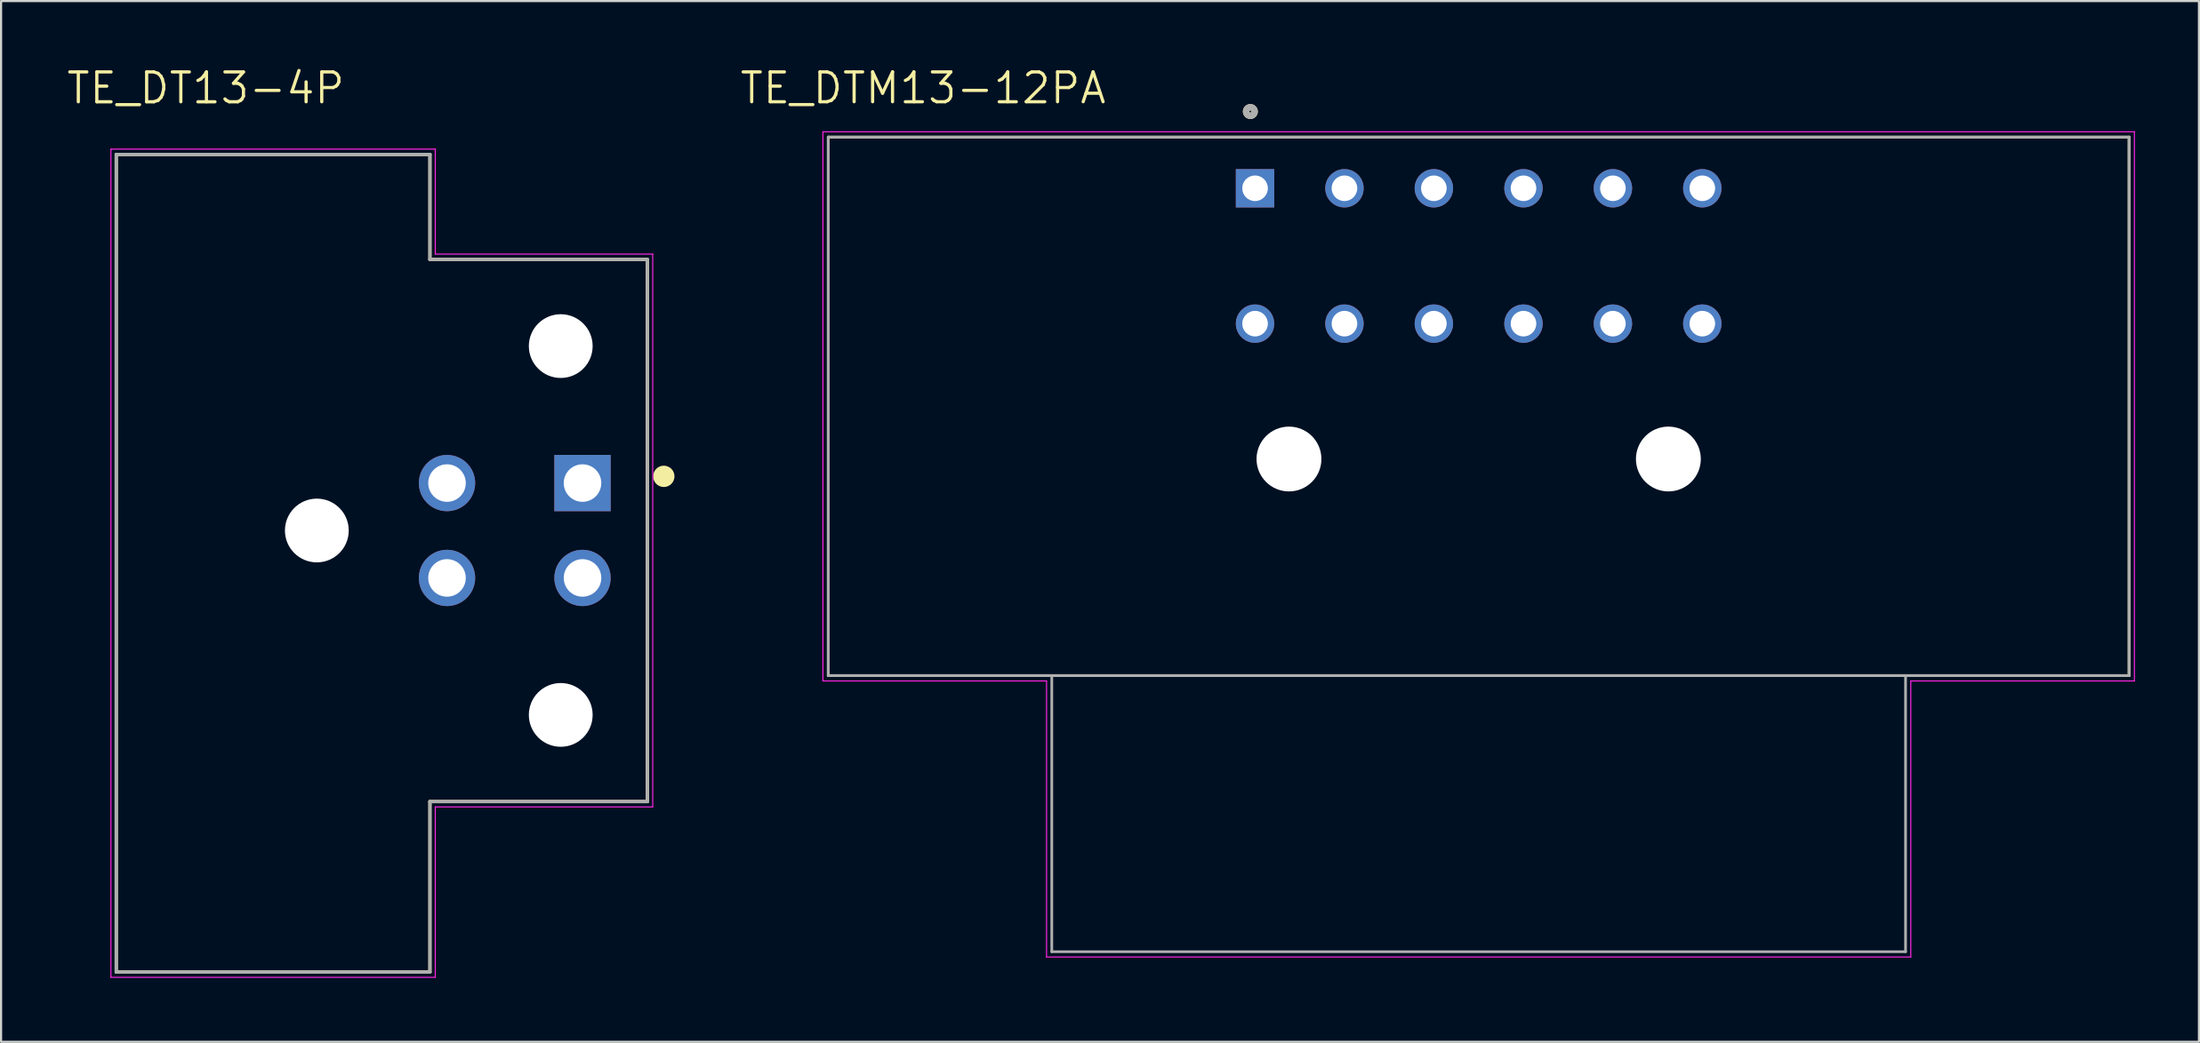
<source format=kicad_pcb>
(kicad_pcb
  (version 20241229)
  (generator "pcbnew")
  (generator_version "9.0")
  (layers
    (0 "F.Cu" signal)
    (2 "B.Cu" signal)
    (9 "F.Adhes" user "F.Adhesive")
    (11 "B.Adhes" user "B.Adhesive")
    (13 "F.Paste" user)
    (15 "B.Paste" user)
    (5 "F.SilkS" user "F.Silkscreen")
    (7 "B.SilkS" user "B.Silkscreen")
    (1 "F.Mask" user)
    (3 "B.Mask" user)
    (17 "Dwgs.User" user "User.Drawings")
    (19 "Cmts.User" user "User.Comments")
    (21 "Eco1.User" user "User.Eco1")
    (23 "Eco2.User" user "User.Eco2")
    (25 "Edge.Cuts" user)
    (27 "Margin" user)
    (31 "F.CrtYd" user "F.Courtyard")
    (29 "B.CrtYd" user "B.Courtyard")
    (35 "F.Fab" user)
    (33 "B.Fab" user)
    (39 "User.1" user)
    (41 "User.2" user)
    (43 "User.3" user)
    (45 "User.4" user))
  (footprint "TE_DT13-4P"
    (layer "F.Cu")
    (at 17.898 21.834)
    (property "Reference" "TE_DT13-4P" (at -11.307 -20.75 0) (layer "F.SilkS") (effects (font (size 1.401 1.401) (thickness 0.15))))
    (attr through_hole)
    (fp_line (start -15.5 -17.64) (end -15.5 20.71) (stroke (width 0.152) (type solid)) (layer "F.SilkS"))
    (fp_line (start -15.5 20.71) (end -0.8 20.71) (stroke (width 0.152) (type solid)) (layer "F.SilkS"))
    (fp_line (start -0.8 -17.64) (end -15.5 -17.64) (stroke (width 0.152) (type solid)) (layer "F.SilkS"))
    (fp_line (start -0.8 -12.715) (end -0.8 -17.64) (stroke (width 0.152) (type solid)) (layer "F.SilkS"))
    (fp_line (start -0.8 -12.715) (end 9.39 -12.715) (stroke (width 0.152) (type solid)) (layer "F.SilkS"))
    (fp_line (start -0.8 20.71) (end -0.8 12.715) (stroke (width 0.152) (type solid)) (layer "F.SilkS"))
    (fp_line (start 9.39 -12.715) (end 9.39 12.715) (stroke (width 0.152) (type solid)) (layer "F.SilkS"))
    (fp_line (start 9.39 12.715) (end -0.8 12.715) (stroke (width 0.152) (type solid)) (layer "F.SilkS"))
    (fp_circle (center 10.16 -2.54) (end 10.41 -2.54) (stroke (width 0.5) (type solid)) (fill no) (layer "F.SilkS"))
    (fp_line (start -15.75 -17.89) (end -0.55 -17.89) (stroke (width 0.05) (type solid)) (layer "F.CrtYd"))
    (fp_line (start -15.75 20.96) (end -15.75 -17.89) (stroke (width 0.05) (type solid)) (layer "F.CrtYd"))
    (fp_line (start -0.55 -17.89) (end -0.55 -12.965) (stroke (width 0.05) (type solid)) (layer "F.CrtYd"))
    (fp_line (start -0.55 -12.965) (end 9.64 -12.965) (stroke (width 0.05) (type solid)) (layer "F.CrtYd"))
    (fp_line (start -0.55 12.965) (end -0.55 20.96) (stroke (width 0.05) (type solid)) (layer "F.CrtYd"))
    (fp_line (start -0.55 20.96) (end -15.75 20.96) (stroke (width 0.05) (type solid)) (layer "F.CrtYd"))
    (fp_line (start 9.64 -12.965) (end 9.64 12.965) (stroke (width 0.05) (type solid)) (layer "F.CrtYd"))
    (fp_line (start 9.64 12.965) (end -0.55 12.965) (stroke (width 0.05) (type solid)) (layer "F.CrtYd"))
    (fp_line (start -15.5 -17.64) (end -15.5 20.71) (stroke (width 0.152) (type solid)) (layer "F.Fab"))
    (fp_line (start -15.5 20.71) (end -0.8 20.71) (stroke (width 0.152) (type solid)) (layer "F.Fab"))
    (fp_line (start -0.8 -17.64) (end -15.5 -17.64) (stroke (width 0.152) (type solid)) (layer "F.Fab"))
    (fp_line (start -0.8 -12.715) (end -0.8 -17.64) (stroke (width 0.152) (type solid)) (layer "F.Fab"))
    (fp_line (start -0.8 -12.715) (end 9.39 -12.715) (stroke (width 0.152) (type solid)) (layer "F.Fab"))
    (fp_line (start -0.8 20.71) (end -0.8 12.715) (stroke (width 0.152) (type solid)) (layer "F.Fab"))
    (fp_line (start 9.39 -12.715) (end 9.39 12.715) (stroke (width 0.152) (type solid)) (layer "F.Fab"))
    (fp_line (start 9.39 12.715) (end -0.8 12.715) (stroke (width 0.152) (type solid)) (layer "F.Fab"))
    (pad "" np_thru_hole circle (at -6.1 0) (size 2.99 2.99) (drill 2.99) (layers "*.Cu" "*.Mask"))
    (pad "" np_thru_hole circle (at 5.33 -8.65) (size 2.99 2.99) (drill 2.99) (layers "*.Cu" "*.Mask"))
    (pad "" np_thru_hole circle (at 5.33 8.65) (size 2.99 2.99) (drill 2.99) (layers "*.Cu" "*.Mask"))
    (pad "1" thru_hole rect (at 6.35 -2.225) (size 2.64 2.64) (drill 1.76) (layers "*.Cu" "*.Mask"))
    (pad "2" thru_hole circle (at 6.35 2.225) (size 2.64 2.64) (drill 1.76) (layers "*.Cu" "*.Mask"))
    (pad "3" thru_hole circle (at 0 2.225) (size 2.64 2.64) (drill 1.76) (layers "*.Cu" "*.Mask"))
    (pad "4" thru_hole circle (at 0 -2.225) (size 2.64 2.64) (drill 1.76) (layers "*.Cu" "*.Mask")))
  (footprint "TE_DTM13-12PA"
    (layer "F.Cu")
    (at 66.245 18.481)
    (property "Reference" "TE_DTM13-12PA" (at -26.035 -17.399 0) (layer "F.SilkS") (effects (font (size 1.4 1.4) (thickness 0.15))))
    (attr through_hole)
    (fp_line (start -30.48 -15.1) (end 30.48 -15.1) (stroke (width 0.127) (type solid)) (layer "F.SilkS"))
    (fp_line (start -30.48 10.16) (end -30.48 -15.1) (stroke (width 0.127) (type solid)) (layer "F.SilkS"))
    (fp_line (start 30.48 -15.1) (end 30.48 10.16) (stroke (width 0.127) (type solid)) (layer "F.SilkS"))
    (fp_line (start 30.48 10.16) (end -30.48 10.16) (stroke (width 0.127) (type solid)) (layer "F.SilkS"))
    (fp_circle (center -10.7 -16.3) (end -10.5 -16.3) (stroke (width 0.3) (type solid)) (fill no) (layer "F.SilkS"))
    (fp_line (start -30.73 -15.35) (end 30.73 -15.35) (stroke (width 0.05) (type solid)) (layer "F.CrtYd"))
    (fp_line (start -30.73 10.41) (end -30.73 -15.35) (stroke (width 0.05) (type solid)) (layer "F.CrtYd"))
    (fp_line (start -20.25 10.41) (end -30.73 10.41) (stroke (width 0.05) (type solid)) (layer "F.CrtYd"))
    (fp_line (start -20.25 23.36) (end -20.25 10.41) (stroke (width 0.05) (type solid)) (layer "F.CrtYd"))
    (fp_line (start 20.25 10.41) (end 20.25 23.36) (stroke (width 0.05) (type solid)) (layer "F.CrtYd"))
    (fp_line (start 20.25 23.36) (end -20.25 23.36) (stroke (width 0.05) (type solid)) (layer "F.CrtYd"))
    (fp_line (start 30.73 -15.35) (end 30.73 10.41) (stroke (width 0.05) (type solid)) (layer "F.CrtYd"))
    (fp_line (start 30.73 10.41) (end 20.25 10.41) (stroke (width 0.05) (type solid)) (layer "F.CrtYd"))
    (fp_line (start -30.48 -15.1) (end 30.48 -15.1) (stroke (width 0.127) (type solid)) (layer "F.Fab"))
    (fp_line (start -30.48 10.16) (end -30.48 -15.1) (stroke (width 0.127) (type solid)) (layer "F.Fab"))
    (fp_line (start -20.005 10.16) (end -30.48 10.16) (stroke (width 0.127) (type solid)) (layer "F.Fab"))
    (fp_line (start -20.005 23.11) (end -20.005 10.16) (stroke (width 0.127) (type solid)) (layer "F.Fab"))
    (fp_line (start 20.005 10.16) (end -20.005 10.16) (stroke (width 0.127) (type solid)) (layer "F.Fab"))
    (fp_line (start 20.005 10.16) (end 20.005 23.11) (stroke (width 0.127) (type solid)) (layer "F.Fab"))
    (fp_line (start 20.005 23.11) (end -20.005 23.11) (stroke (width 0.127) (type solid)) (layer "F.Fab"))
    (fp_line (start 30.48 -15.1) (end 30.48 10.16) (stroke (width 0.127) (type solid)) (layer "F.Fab"))
    (fp_line (start 30.48 10.16) (end 20.005 10.16) (stroke (width 0.127) (type solid)) (layer "F.Fab"))
    (fp_circle (center -10.7 -16.3) (end -10.5 -16.3) (stroke (width 0.3) (type solid)) (fill no) (layer "F.Fab"))
    (pad "" np_thru_hole circle (at -8.89 0) (size 3.04 3.04) (drill 3.04) (layers "*.Cu" "*.Mask"))
    (pad "" np_thru_hole circle (at 8.89 0) (size 3.04 3.04) (drill 3.04) (layers "*.Cu" "*.Mask"))
    (pad "1" thru_hole rect (at -10.48 -12.7) (size 1.8 1.8) (drill 1.2) (layers "*.Cu" "*.Mask"))
    (pad "2" thru_hole circle (at -6.29 -12.7) (size 1.8 1.8) (drill 1.2) (layers "*.Cu" "*.Mask"))
    (pad "3" thru_hole circle (at -2.1 -12.7) (size 1.8 1.8) (drill 1.2) (layers "*.Cu" "*.Mask"))
    (pad "4" thru_hole circle (at 2.1 -12.7) (size 1.8 1.8) (drill 1.2) (layers "*.Cu" "*.Mask"))
    (pad "5" thru_hole circle (at 6.29 -12.7) (size 1.8 1.8) (drill 1.2) (layers "*.Cu" "*.Mask"))
    (pad "6" thru_hole circle (at 10.48 -12.7) (size 1.8 1.8) (drill 1.2) (layers "*.Cu" "*.Mask"))
    (pad "7" thru_hole circle (at 10.48 -6.35) (size 1.8 1.8) (drill 1.2) (layers "*.Cu" "*.Mask"))
    (pad "8" thru_hole circle (at 6.29 -6.35) (size 1.8 1.8) (drill 1.2) (layers "*.Cu" "*.Mask"))
    (pad "9" thru_hole circle (at 2.1 -6.35) (size 1.8 1.8) (drill 1.2) (layers "*.Cu" "*.Mask"))
    (pad "10" thru_hole circle (at -2.1 -6.35) (size 1.8 1.8) (drill 1.2) (layers "*.Cu" "*.Mask"))
    (pad "11" thru_hole circle (at -6.29 -6.35) (size 1.8 1.8) (drill 1.2) (layers "*.Cu" "*.Mask"))
    (pad "12" thru_hole circle (at -10.48 -6.35) (size 1.8 1.8) (drill 1.2) (layers "*.Cu" "*.Mask")))
  (gr_rect
    (start -3 -3)
    (end 100 45.819)
    (stroke (width 0.1) (type default))
    (fill no)
    (layer "Edge.Cuts")))
</source>
